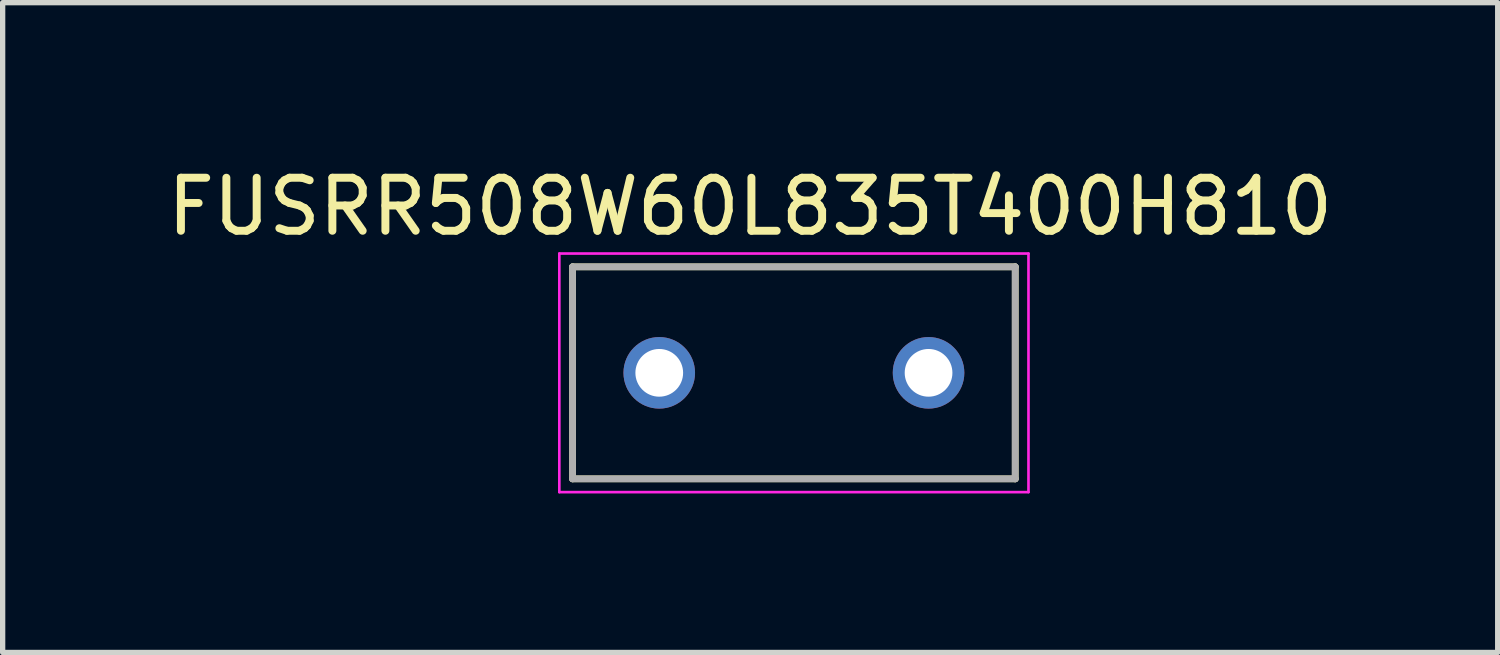
<source format=kicad_pcb>
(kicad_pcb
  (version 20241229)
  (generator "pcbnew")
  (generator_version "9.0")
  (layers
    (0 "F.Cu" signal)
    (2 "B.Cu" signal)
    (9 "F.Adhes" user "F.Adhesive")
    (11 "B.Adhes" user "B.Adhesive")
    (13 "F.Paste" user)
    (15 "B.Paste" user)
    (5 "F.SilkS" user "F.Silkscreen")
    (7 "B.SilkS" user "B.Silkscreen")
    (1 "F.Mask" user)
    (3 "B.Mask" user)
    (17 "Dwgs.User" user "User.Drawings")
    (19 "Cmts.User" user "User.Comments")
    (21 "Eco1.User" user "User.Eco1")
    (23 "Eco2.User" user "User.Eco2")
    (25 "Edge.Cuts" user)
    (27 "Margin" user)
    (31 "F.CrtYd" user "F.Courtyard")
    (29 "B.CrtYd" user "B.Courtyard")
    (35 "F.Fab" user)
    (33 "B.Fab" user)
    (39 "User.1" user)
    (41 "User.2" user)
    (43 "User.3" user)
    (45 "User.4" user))
  (footprint "FUSRR508W60L835T400H810"
    (layer "F.Cu")
    (at 11.926 3.983)
    (property "Reference" "FUSRR508W60L835T400H810" (at -0.825 -3.135 0) (layer "F.SilkS") (effects (font (size 1 1) (thickness 0.15))))
    (attr through_hole)
    (fp_line (start -4.175 -2) (end -4.175 2) (stroke (width 0.127) (type solid)) (layer "F.SilkS"))
    (fp_line (start -4.175 2) (end 4.175 2) (stroke (width 0.127) (type solid)) (layer "F.SilkS"))
    (fp_line (start 4.175 -2) (end -4.175 -2) (stroke (width 0.127) (type solid)) (layer "F.SilkS"))
    (fp_line (start 4.175 2) (end 4.175 -2) (stroke (width 0.127) (type solid)) (layer "F.SilkS"))
    (fp_line (start -4.425 -2.25) (end 4.425 -2.25) (stroke (width 0.05) (type solid)) (layer "F.CrtYd"))
    (fp_line (start -4.425 2.25) (end -4.425 -2.25) (stroke (width 0.05) (type solid)) (layer "F.CrtYd"))
    (fp_line (start 4.425 -2.25) (end 4.425 2.25) (stroke (width 0.05) (type solid)) (layer "F.CrtYd"))
    (fp_line (start 4.425 2.25) (end -4.425 2.25) (stroke (width 0.05) (type solid)) (layer "F.CrtYd"))
    (fp_line (start -4.175 -2) (end -4.175 2) (stroke (width 0.127) (type solid)) (layer "F.Fab"))
    (fp_line (start -4.175 2) (end 4.175 2) (stroke (width 0.127) (type solid)) (layer "F.Fab"))
    (fp_line (start 4.175 -2) (end -4.175 -2) (stroke (width 0.127) (type solid)) (layer "F.Fab"))
    (fp_line (start 4.175 2) (end 4.175 -2) (stroke (width 0.127) (type solid)) (layer "F.Fab"))
    (pad "1" thru_hole circle (at -2.54 0) (size 1.35 1.35) (drill 0.9) (layers "*.Cu" "*.Mask"))
    (pad "2" thru_hole circle (at 2.54 0) (size 1.35 1.35) (drill 0.9) (layers "*.Cu" "*.Mask")))
  (gr_rect
    (start -3 -3)
    (end 25.202 9.258)
    (stroke (width 0.1) (type default))
    (fill no)
    (layer "Edge.Cuts")))
</source>
